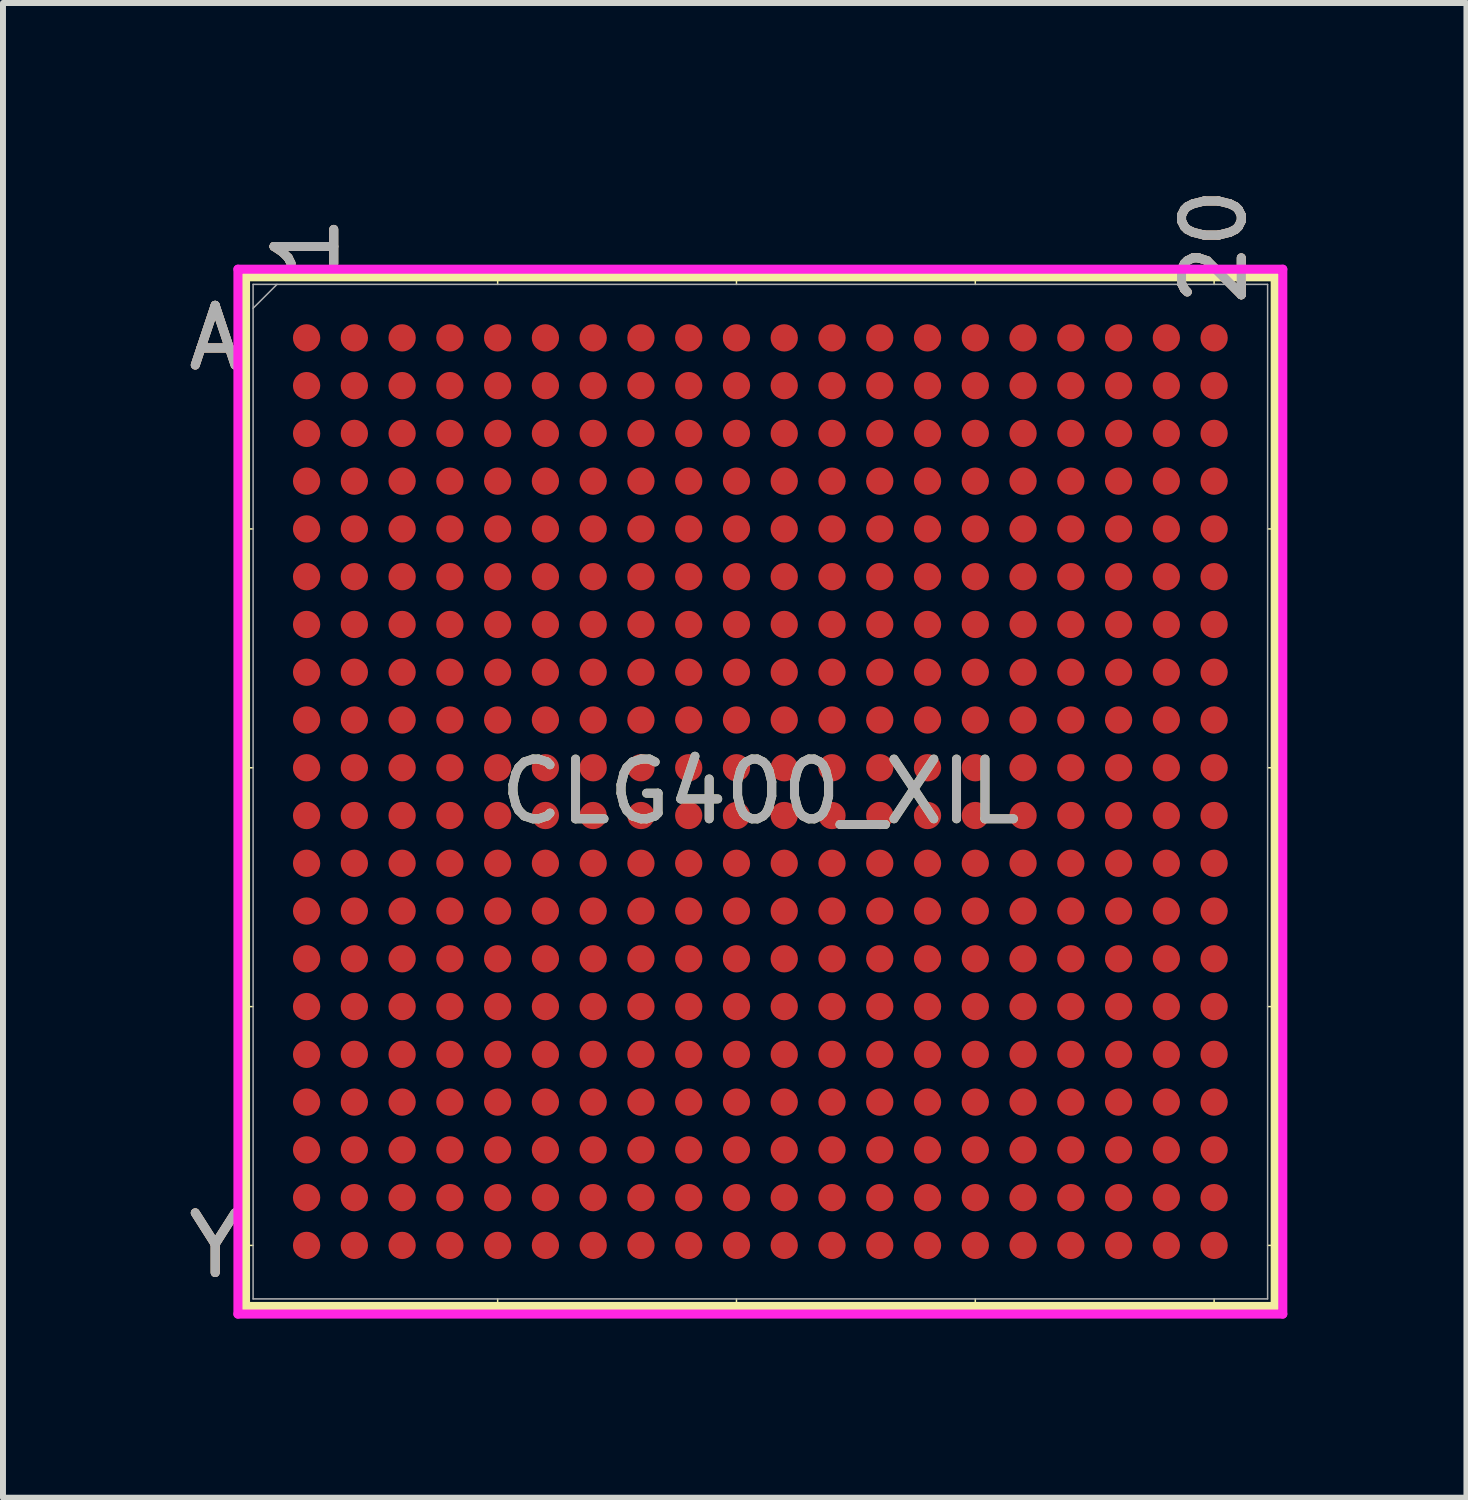
<source format=kicad_pcb>
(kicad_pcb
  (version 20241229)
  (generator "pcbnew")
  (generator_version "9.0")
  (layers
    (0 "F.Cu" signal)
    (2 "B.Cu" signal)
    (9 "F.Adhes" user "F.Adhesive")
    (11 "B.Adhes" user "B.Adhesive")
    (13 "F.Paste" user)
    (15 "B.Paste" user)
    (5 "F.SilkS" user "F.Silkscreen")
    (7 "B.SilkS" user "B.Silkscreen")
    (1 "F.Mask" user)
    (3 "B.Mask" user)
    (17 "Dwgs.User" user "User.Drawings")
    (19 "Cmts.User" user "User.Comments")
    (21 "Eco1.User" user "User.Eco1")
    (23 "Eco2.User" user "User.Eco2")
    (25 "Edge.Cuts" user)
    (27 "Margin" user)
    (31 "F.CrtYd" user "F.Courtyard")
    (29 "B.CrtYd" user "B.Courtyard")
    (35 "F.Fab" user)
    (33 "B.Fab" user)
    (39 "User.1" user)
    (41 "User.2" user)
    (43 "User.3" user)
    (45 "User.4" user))
  (footprint "CLG400_XIL"
    (layer "F.Cu")
    (at 9.685 10.209)
    (property "Reference" "CLG400_XIL" (at 0 0 0) (unlocked yes) (layer "F.SilkS") (effects (font (size 1 1) (thickness 0.15))))
    (attr smd)
    (fp_line (start -8.623 -8.623) (end -8.623 8.623) (stroke (width 0.152) (type solid)) (layer "F.SilkS"))
    (fp_line (start -8.623 8.623) (end 8.623 8.623) (stroke (width 0.152) (type solid)) (layer "F.SilkS"))
    (fp_line (start -8.496 -4.4) (end -8.75 -4.4) (stroke (width 0.025) (type solid)) (layer "F.SilkS"))
    (fp_line (start -8.496 -0.4) (end -8.75 -0.4) (stroke (width 0.025) (type solid)) (layer "F.SilkS"))
    (fp_line (start -8.496 3.6) (end -8.75 3.6) (stroke (width 0.025) (type solid)) (layer "F.SilkS"))
    (fp_line (start -8.496 7.6) (end -8.75 7.6) (stroke (width 0.025) (type solid)) (layer "F.SilkS"))
    (fp_line (start -4.4 -8.496) (end -4.4 -8.75) (stroke (width 0.025) (type solid)) (layer "F.SilkS"))
    (fp_line (start -4.4 8.496) (end -4.4 8.75) (stroke (width 0.025) (type solid)) (layer "F.SilkS"))
    (fp_line (start -0.4 -8.496) (end -0.4 -8.75) (stroke (width 0.025) (type solid)) (layer "F.SilkS"))
    (fp_line (start -0.4 8.496) (end -0.4 8.75) (stroke (width 0.025) (type solid)) (layer "F.SilkS"))
    (fp_line (start 3.6 -8.496) (end 3.6 -8.75) (stroke (width 0.025) (type solid)) (layer "F.SilkS"))
    (fp_line (start 3.6 8.496) (end 3.6 8.75) (stroke (width 0.025) (type solid)) (layer "F.SilkS"))
    (fp_line (start 7.6 -8.496) (end 7.6 -8.75) (stroke (width 0.025) (type solid)) (layer "F.SilkS"))
    (fp_line (start 7.6 8.496) (end 7.6 8.75) (stroke (width 0.025) (type solid)) (layer "F.SilkS"))
    (fp_line (start 8.496 -4.4) (end 8.75 -4.4) (stroke (width 0.025) (type solid)) (layer "F.SilkS"))
    (fp_line (start 8.496 -0.4) (end 8.75 -0.4) (stroke (width 0.025) (type solid)) (layer "F.SilkS"))
    (fp_line (start 8.496 3.6) (end 8.75 3.6) (stroke (width 0.025) (type solid)) (layer "F.SilkS"))
    (fp_line (start 8.496 7.6) (end 8.75 7.6) (stroke (width 0.025) (type solid)) (layer "F.SilkS"))
    (fp_line (start 8.623 -8.623) (end -8.623 -8.623) (stroke (width 0.152) (type solid)) (layer "F.SilkS"))
    (fp_line (start 8.623 8.623) (end 8.623 -8.623) (stroke (width 0.152) (type solid)) (layer "F.SilkS"))
    (fp_poly (pts (xy -8.444 -8.444) (xy 8.444 -8.444) (xy 8.444 8.444) (xy -8.444 8.444)) (stroke (width 0.1) (type solid)) (fill no) (layer "Eco2.User"))
    (fp_line (start -8.75 -8.75) (end 8.75 -8.75) (stroke (width 0.152) (type solid)) (layer "F.CrtYd"))
    (fp_line (start -8.75 8.75) (end -8.75 -8.75) (stroke (width 0.152) (type solid)) (layer "F.CrtYd"))
    (fp_line (start 8.75 -8.75) (end 8.75 8.75) (stroke (width 0.152) (type solid)) (layer "F.CrtYd"))
    (fp_line (start 8.75 8.75) (end -8.75 8.75) (stroke (width 0.152) (type solid)) (layer "F.CrtYd"))
    (fp_line (start -8.496 -8.496) (end -8.496 8.496) (stroke (width 0.025) (type solid)) (layer "F.Fab"))
    (fp_line (start -8.496 8.496) (end 8.496 8.496) (stroke (width 0.025) (type solid)) (layer "F.Fab"))
    (fp_line (start -8.096 -8.496) (end -8.496 -8.096) (stroke (width 0.025) (type solid)) (layer "F.Fab"))
    (fp_line (start 8.496 -8.496) (end -8.496 -8.496) (stroke (width 0.025) (type solid)) (layer "F.Fab"))
    (fp_line (start 8.496 8.496) (end 8.496 -8.496) (stroke (width 0.025) (type solid)) (layer "F.Fab"))
    (fp_text user "20" (at 7.6 -9.131 90) (unlocked yes) (layer "F.SilkS") (effects (font (size 1 1) (thickness 0.15))))
    (fp_text user "A" (at -9.131 -7.6 0) (unlocked yes) (layer "F.SilkS") (effects (font (size 1 1) (thickness 0.15))))
    (fp_text user "Y" (at -9.131 7.6 0) (unlocked yes) (layer "F.SilkS") (effects (font (size 1 1) (thickness 0.15))))
    (fp_text user "1" (at -7.6 -9.131 90) (unlocked yes) (layer "F.SilkS") (effects (font (size 1 1) (thickness 0.15))))
    (fp_text user "A" (at -9.131 -7.6 0) (unlocked yes) (layer "B.SilkS") (effects (font (size 1 1) (thickness 0.15))))
    (fp_text user "20" (at 7.6 -9.131 90) (unlocked yes) (layer "B.SilkS") (effects (font (size 1 1) (thickness 0.15))))
    (fp_text user "Y" (at -9.131 7.6 0) (unlocked yes) (layer "B.SilkS") (effects (font (size 1 1) (thickness 0.15))))
    (fp_text user "1" (at -7.6 -9.131 90) (unlocked yes) (layer "B.SilkS") (effects (font (size 1 1) (thickness 0.15))))
    (fp_text user "1" (at -7.6 -9.131 90) (unlocked yes) (layer "F.Fab") (effects (font (size 1 1) (thickness 0.15))))
    (fp_text user "A" (at -9.131 -7.6 0) (unlocked yes) (layer "F.Fab") (effects (font (size 1 1) (thickness 0.15))))
    (fp_text user "${REFERENCE}" (at 0 0 0) (unlocked yes) (layer "F.Fab") (effects (font (size 1 1) (thickness 0.15))))
    (fp_text user "20" (at 7.6 -9.131 90) (unlocked yes) (layer "F.Fab") (effects (font (size 1 1) (thickness 0.15))))
    (fp_text user "Y" (at -9.131 7.6 0) (unlocked yes) (layer "F.Fab") (effects (font (size 1 1) (thickness 0.15))))
    (pad "A1" smd circle (at -7.6 -7.6) (size 0.457 0.457) (layers "F.Cu" "F.Mask" "F.Paste"))
    (pad "A2" smd circle (at -6.8 -7.6) (size 0.457 0.457) (layers "F.Cu" "F.Mask" "F.Paste"))
    (pad "A3" smd circle (at -6 -7.6) (size 0.457 0.457) (layers "F.Cu" "F.Mask" "F.Paste"))
    (pad "A4" smd circle (at -5.2 -7.6) (size 0.457 0.457) (layers "F.Cu" "F.Mask" "F.Paste"))
    (pad "A5" smd circle (at -4.4 -7.6) (size 0.457 0.457) (layers "F.Cu" "F.Mask" "F.Paste"))
    (pad "A6" smd circle (at -3.6 -7.6) (size 0.457 0.457) (layers "F.Cu" "F.Mask" "F.Paste"))
    (pad "A7" smd circle (at -2.8 -7.6) (size 0.457 0.457) (layers "F.Cu" "F.Mask" "F.Paste"))
    (pad "A8" smd circle (at -2 -7.6) (size 0.457 0.457) (layers "F.Cu" "F.Mask" "F.Paste"))
    (pad "A9" smd circle (at -1.2 -7.6) (size 0.457 0.457) (layers "F.Cu" "F.Mask" "F.Paste"))
    (pad "A10" smd circle (at -0.4 -7.6) (size 0.457 0.457) (layers "F.Cu" "F.Mask" "F.Paste"))
    (pad "A11" smd circle (at 0.4 -7.6) (size 0.457 0.457) (layers "F.Cu" "F.Mask" "F.Paste"))
    (pad "A12" smd circle (at 1.2 -7.6) (size 0.457 0.457) (layers "F.Cu" "F.Mask" "F.Paste"))
    (pad "A13" smd circle (at 2 -7.6) (size 0.457 0.457) (layers "F.Cu" "F.Mask" "F.Paste"))
    (pad "A14" smd circle (at 2.8 -7.6) (size 0.457 0.457) (layers "F.Cu" "F.Mask" "F.Paste"))
    (pad "A15" smd circle (at 3.6 -7.6) (size 0.457 0.457) (layers "F.Cu" "F.Mask" "F.Paste"))
    (pad "A16" smd circle (at 4.4 -7.6) (size 0.457 0.457) (layers "F.Cu" "F.Mask" "F.Paste"))
    (pad "A17" smd circle (at 5.2 -7.6) (size 0.457 0.457) (layers "F.Cu" "F.Mask" "F.Paste"))
    (pad "A18" smd circle (at 6 -7.6) (size 0.457 0.457) (layers "F.Cu" "F.Mask" "F.Paste"))
    (pad "A19" smd circle (at 6.8 -7.6) (size 0.457 0.457) (layers "F.Cu" "F.Mask" "F.Paste"))
    (pad "A20" smd circle (at 7.6 -7.6) (size 0.457 0.457) (layers "F.Cu" "F.Mask" "F.Paste"))
    (pad "B1" smd circle (at -7.6 -6.8) (size 0.457 0.457) (layers "F.Cu" "F.Mask" "F.Paste"))
    (pad "B2" smd circle (at -6.8 -6.8) (size 0.457 0.457) (layers "F.Cu" "F.Mask" "F.Paste"))
    (pad "B3" smd circle (at -6 -6.8) (size 0.457 0.457) (layers "F.Cu" "F.Mask" "F.Paste"))
    (pad "B4" smd circle (at -5.2 -6.8) (size 0.457 0.457) (layers "F.Cu" "F.Mask" "F.Paste"))
    (pad "B5" smd circle (at -4.4 -6.8) (size 0.457 0.457) (layers "F.Cu" "F.Mask" "F.Paste"))
    (pad "B6" smd circle (at -3.6 -6.8) (size 0.457 0.457) (layers "F.Cu" "F.Mask" "F.Paste"))
    (pad "B7" smd circle (at -2.8 -6.8) (size 0.457 0.457) (layers "F.Cu" "F.Mask" "F.Paste"))
    (pad "B8" smd circle (at -2 -6.8) (size 0.457 0.457) (layers "F.Cu" "F.Mask" "F.Paste"))
    (pad "B9" smd circle (at -1.2 -6.8) (size 0.457 0.457) (layers "F.Cu" "F.Mask" "F.Paste"))
    (pad "B10" smd circle (at -0.4 -6.8) (size 0.457 0.457) (layers "F.Cu" "F.Mask" "F.Paste"))
    (pad "B11" smd circle (at 0.4 -6.8) (size 0.457 0.457) (layers "F.Cu" "F.Mask" "F.Paste"))
    (pad "B12" smd circle (at 1.2 -6.8) (size 0.457 0.457) (layers "F.Cu" "F.Mask" "F.Paste"))
    (pad "B13" smd circle (at 2 -6.8) (size 0.457 0.457) (layers "F.Cu" "F.Mask" "F.Paste"))
    (pad "B14" smd circle (at 2.8 -6.8) (size 0.457 0.457) (layers "F.Cu" "F.Mask" "F.Paste"))
    (pad "B15" smd circle (at 3.6 -6.8) (size 0.457 0.457) (layers "F.Cu" "F.Mask" "F.Paste"))
    (pad "B16" smd circle (at 4.4 -6.8) (size 0.457 0.457) (layers "F.Cu" "F.Mask" "F.Paste"))
    (pad "B17" smd circle (at 5.2 -6.8) (size 0.457 0.457) (layers "F.Cu" "F.Mask" "F.Paste"))
    (pad "B18" smd circle (at 6 -6.8) (size 0.457 0.457) (layers "F.Cu" "F.Mask" "F.Paste"))
    (pad "B19" smd circle (at 6.8 -6.8) (size 0.457 0.457) (layers "F.Cu" "F.Mask" "F.Paste"))
    (pad "B20" smd circle (at 7.6 -6.8) (size 0.457 0.457) (layers "F.Cu" "F.Mask" "F.Paste"))
    (pad "C1" smd circle (at -7.6 -6) (size 0.457 0.457) (layers "F.Cu" "F.Mask" "F.Paste"))
    (pad "C2" smd circle (at -6.8 -6) (size 0.457 0.457) (layers "F.Cu" "F.Mask" "F.Paste"))
    (pad "C3" smd circle (at -6 -6) (size 0.457 0.457) (layers "F.Cu" "F.Mask" "F.Paste"))
    (pad "C4" smd circle (at -5.2 -6) (size 0.457 0.457) (layers "F.Cu" "F.Mask" "F.Paste"))
    (pad "C5" smd circle (at -4.4 -6) (size 0.457 0.457) (layers "F.Cu" "F.Mask" "F.Paste"))
    (pad "C6" smd circle (at -3.6 -6) (size 0.457 0.457) (layers "F.Cu" "F.Mask" "F.Paste"))
    (pad "C7" smd circle (at -2.8 -6) (size 0.457 0.457) (layers "F.Cu" "F.Mask" "F.Paste"))
    (pad "C8" smd circle (at -2 -6) (size 0.457 0.457) (layers "F.Cu" "F.Mask" "F.Paste"))
    (pad "C9" smd circle (at -1.2 -6) (size 0.457 0.457) (layers "F.Cu" "F.Mask" "F.Paste"))
    (pad "C10" smd circle (at -0.4 -6) (size 0.457 0.457) (layers "F.Cu" "F.Mask" "F.Paste"))
    (pad "C11" smd circle (at 0.4 -6) (size 0.457 0.457) (layers "F.Cu" "F.Mask" "F.Paste"))
    (pad "C12" smd circle (at 1.2 -6) (size 0.457 0.457) (layers "F.Cu" "F.Mask" "F.Paste"))
    (pad "C13" smd circle (at 2 -6) (size 0.457 0.457) (layers "F.Cu" "F.Mask" "F.Paste"))
    (pad "C14" smd circle (at 2.8 -6) (size 0.457 0.457) (layers "F.Cu" "F.Mask" "F.Paste"))
    (pad "C15" smd circle (at 3.6 -6) (size 0.457 0.457) (layers "F.Cu" "F.Mask" "F.Paste"))
    (pad "C16" smd circle (at 4.4 -6) (size 0.457 0.457) (layers "F.Cu" "F.Mask" "F.Paste"))
    (pad "C17" smd circle (at 5.2 -6) (size 0.457 0.457) (layers "F.Cu" "F.Mask" "F.Paste"))
    (pad "C18" smd circle (at 6 -6) (size 0.457 0.457) (layers "F.Cu" "F.Mask" "F.Paste"))
    (pad "C19" smd circle (at 6.8 -6) (size 0.457 0.457) (layers "F.Cu" "F.Mask" "F.Paste"))
    (pad "C20" smd circle (at 7.6 -6) (size 0.457 0.457) (layers "F.Cu" "F.Mask" "F.Paste"))
    (pad "D1" smd circle (at -7.6 -5.2) (size 0.457 0.457) (layers "F.Cu" "F.Mask" "F.Paste"))
    (pad "D2" smd circle (at -6.8 -5.2) (size 0.457 0.457) (layers "F.Cu" "F.Mask" "F.Paste"))
    (pad "D3" smd circle (at -6 -5.2) (size 0.457 0.457) (layers "F.Cu" "F.Mask" "F.Paste"))
    (pad "D4" smd circle (at -5.2 -5.2) (size 0.457 0.457) (layers "F.Cu" "F.Mask" "F.Paste"))
    (pad "D5" smd circle (at -4.4 -5.2) (size 0.457 0.457) (layers "F.Cu" "F.Mask" "F.Paste"))
    (pad "D6" smd circle (at -3.6 -5.2) (size 0.457 0.457) (layers "F.Cu" "F.Mask" "F.Paste"))
    (pad "D7" smd circle (at -2.8 -5.2) (size 0.457 0.457) (layers "F.Cu" "F.Mask" "F.Paste"))
    (pad "D8" smd circle (at -2 -5.2) (size 0.457 0.457) (layers "F.Cu" "F.Mask" "F.Paste"))
    (pad "D9" smd circle (at -1.2 -5.2) (size 0.457 0.457) (layers "F.Cu" "F.Mask" "F.Paste"))
    (pad "D10" smd circle (at -0.4 -5.2) (size 0.457 0.457) (layers "F.Cu" "F.Mask" "F.Paste"))
    (pad "D11" smd circle (at 0.4 -5.2) (size 0.457 0.457) (layers "F.Cu" "F.Mask" "F.Paste"))
    (pad "D12" smd circle (at 1.2 -5.2) (size 0.457 0.457) (layers "F.Cu" "F.Mask" "F.Paste"))
    (pad "D13" smd circle (at 2 -5.2) (size 0.457 0.457) (layers "F.Cu" "F.Mask" "F.Paste"))
    (pad "D14" smd circle (at 2.8 -5.2) (size 0.457 0.457) (layers "F.Cu" "F.Mask" "F.Paste"))
    (pad "D15" smd circle (at 3.6 -5.2) (size 0.457 0.457) (layers "F.Cu" "F.Mask" "F.Paste"))
    (pad "D16" smd circle (at 4.4 -5.2) (size 0.457 0.457) (layers "F.Cu" "F.Mask" "F.Paste"))
    (pad "D17" smd circle (at 5.2 -5.2) (size 0.457 0.457) (layers "F.Cu" "F.Mask" "F.Paste"))
    (pad "D18" smd circle (at 6 -5.2) (size 0.457 0.457) (layers "F.Cu" "F.Mask" "F.Paste"))
    (pad "D19" smd circle (at 6.8 -5.2) (size 0.457 0.457) (layers "F.Cu" "F.Mask" "F.Paste"))
    (pad "D20" smd circle (at 7.6 -5.2) (size 0.457 0.457) (layers "F.Cu" "F.Mask" "F.Paste"))
    (pad "E1" smd circle (at -7.6 -4.4) (size 0.457 0.457) (layers "F.Cu" "F.Mask" "F.Paste"))
    (pad "E2" smd circle (at -6.8 -4.4) (size 0.457 0.457) (layers "F.Cu" "F.Mask" "F.Paste"))
    (pad "E3" smd circle (at -6 -4.4) (size 0.457 0.457) (layers "F.Cu" "F.Mask" "F.Paste"))
    (pad "E4" smd circle (at -5.2 -4.4) (size 0.457 0.457) (layers "F.Cu" "F.Mask" "F.Paste"))
    (pad "E5" smd circle (at -4.4 -4.4) (size 0.457 0.457) (layers "F.Cu" "F.Mask" "F.Paste"))
    (pad "E6" smd circle (at -3.6 -4.4) (size 0.457 0.457) (layers "F.Cu" "F.Mask" "F.Paste"))
    (pad "E7" smd circle (at -2.8 -4.4) (size 0.457 0.457) (layers "F.Cu" "F.Mask" "F.Paste"))
    (pad "E8" smd circle (at -2 -4.4) (size 0.457 0.457) (layers "F.Cu" "F.Mask" "F.Paste"))
    (pad "E9" smd circle (at -1.2 -4.4) (size 0.457 0.457) (layers "F.Cu" "F.Mask" "F.Paste"))
    (pad "E10" smd circle (at -0.4 -4.4) (size 0.457 0.457) (layers "F.Cu" "F.Mask" "F.Paste"))
    (pad "E11" smd circle (at 0.4 -4.4) (size 0.457 0.457) (layers "F.Cu" "F.Mask" "F.Paste"))
    (pad "E12" smd circle (at 1.2 -4.4) (size 0.457 0.457) (layers "F.Cu" "F.Mask" "F.Paste"))
    (pad "E13" smd circle (at 2 -4.4) (size 0.457 0.457) (layers "F.Cu" "F.Mask" "F.Paste"))
    (pad "E14" smd circle (at 2.8 -4.4) (size 0.457 0.457) (layers "F.Cu" "F.Mask" "F.Paste"))
    (pad "E15" smd circle (at 3.6 -4.4) (size 0.457 0.457) (layers "F.Cu" "F.Mask" "F.Paste"))
    (pad "E16" smd circle (at 4.4 -4.4) (size 0.457 0.457) (layers "F.Cu" "F.Mask" "F.Paste"))
    (pad "E17" smd circle (at 5.2 -4.4) (size 0.457 0.457) (layers "F.Cu" "F.Mask" "F.Paste"))
    (pad "E18" smd circle (at 6 -4.4) (size 0.457 0.457) (layers "F.Cu" "F.Mask" "F.Paste"))
    (pad "E19" smd circle (at 6.8 -4.4) (size 0.457 0.457) (layers "F.Cu" "F.Mask" "F.Paste"))
    (pad "E20" smd circle (at 7.6 -4.4) (size 0.457 0.457) (layers "F.Cu" "F.Mask" "F.Paste"))
    (pad "F1" smd circle (at -7.6 -3.6) (size 0.457 0.457) (layers "F.Cu" "F.Mask" "F.Paste"))
    (pad "F2" smd circle (at -6.8 -3.6) (size 0.457 0.457) (layers "F.Cu" "F.Mask" "F.Paste"))
    (pad "F3" smd circle (at -6 -3.6) (size 0.457 0.457) (layers "F.Cu" "F.Mask" "F.Paste"))
    (pad "F4" smd circle (at -5.2 -3.6) (size 0.457 0.457) (layers "F.Cu" "F.Mask" "F.Paste"))
    (pad "F5" smd circle (at -4.4 -3.6) (size 0.457 0.457) (layers "F.Cu" "F.Mask" "F.Paste"))
    (pad "F6" smd circle (at -3.6 -3.6) (size 0.457 0.457) (layers "F.Cu" "F.Mask" "F.Paste"))
    (pad "F7" smd circle (at -2.8 -3.6) (size 0.457 0.457) (layers "F.Cu" "F.Mask" "F.Paste"))
    (pad "F8" smd circle (at -2 -3.6) (size 0.457 0.457) (layers "F.Cu" "F.Mask" "F.Paste"))
    (pad "F9" smd circle (at -1.2 -3.6) (size 0.457 0.457) (layers "F.Cu" "F.Mask" "F.Paste"))
    (pad "F10" smd circle (at -0.4 -3.6) (size 0.457 0.457) (layers "F.Cu" "F.Mask" "F.Paste"))
    (pad "F11" smd circle (at 0.4 -3.6) (size 0.457 0.457) (layers "F.Cu" "F.Mask" "F.Paste"))
    (pad "F12" smd circle (at 1.2 -3.6) (size 0.457 0.457) (layers "F.Cu" "F.Mask" "F.Paste"))
    (pad "F13" smd circle (at 2 -3.6) (size 0.457 0.457) (layers "F.Cu" "F.Mask" "F.Paste"))
    (pad "F14" smd circle (at 2.8 -3.6) (size 0.457 0.457) (layers "F.Cu" "F.Mask" "F.Paste"))
    (pad "F15" smd circle (at 3.6 -3.6) (size 0.457 0.457) (layers "F.Cu" "F.Mask" "F.Paste"))
    (pad "F16" smd circle (at 4.4 -3.6) (size 0.457 0.457) (layers "F.Cu" "F.Mask" "F.Paste"))
    (pad "F17" smd circle (at 5.2 -3.6) (size 0.457 0.457) (layers "F.Cu" "F.Mask" "F.Paste"))
    (pad "F18" smd circle (at 6 -3.6) (size 0.457 0.457) (layers "F.Cu" "F.Mask" "F.Paste"))
    (pad "F19" smd circle (at 6.8 -3.6) (size 0.457 0.457) (layers "F.Cu" "F.Mask" "F.Paste"))
    (pad "F20" smd circle (at 7.6 -3.6) (size 0.457 0.457) (layers "F.Cu" "F.Mask" "F.Paste"))
    (pad "G1" smd circle (at -7.6 -2.8) (size 0.457 0.457) (layers "F.Cu" "F.Mask" "F.Paste"))
    (pad "G2" smd circle (at -6.8 -2.8) (size 0.457 0.457) (layers "F.Cu" "F.Mask" "F.Paste"))
    (pad "G3" smd circle (at -6 -2.8) (size 0.457 0.457) (layers "F.Cu" "F.Mask" "F.Paste"))
    (pad "G4" smd circle (at -5.2 -2.8) (size 0.457 0.457) (layers "F.Cu" "F.Mask" "F.Paste"))
    (pad "G5" smd circle (at -4.4 -2.8) (size 0.457 0.457) (layers "F.Cu" "F.Mask" "F.Paste"))
    (pad "G6" smd circle (at -3.6 -2.8) (size 0.457 0.457) (layers "F.Cu" "F.Mask" "F.Paste"))
    (pad "G7" smd circle (at -2.8 -2.8) (size 0.457 0.457) (layers "F.Cu" "F.Mask" "F.Paste"))
    (pad "G8" smd circle (at -2 -2.8) (size 0.457 0.457) (layers "F.Cu" "F.Mask" "F.Paste"))
    (pad "G9" smd circle (at -1.2 -2.8) (size 0.457 0.457) (layers "F.Cu" "F.Mask" "F.Paste"))
    (pad "G10" smd circle (at -0.4 -2.8) (size 0.457 0.457) (layers "F.Cu" "F.Mask" "F.Paste"))
    (pad "G11" smd circle (at 0.4 -2.8) (size 0.457 0.457) (layers "F.Cu" "F.Mask" "F.Paste"))
    (pad "G12" smd circle (at 1.2 -2.8) (size 0.457 0.457) (layers "F.Cu" "F.Mask" "F.Paste"))
    (pad "G13" smd circle (at 2 -2.8) (size 0.457 0.457) (layers "F.Cu" "F.Mask" "F.Paste"))
    (pad "G14" smd circle (at 2.8 -2.8) (size 0.457 0.457) (layers "F.Cu" "F.Mask" "F.Paste"))
    (pad "G15" smd circle (at 3.6 -2.8) (size 0.457 0.457) (layers "F.Cu" "F.Mask" "F.Paste"))
    (pad "G16" smd circle (at 4.4 -2.8) (size 0.457 0.457) (layers "F.Cu" "F.Mask" "F.Paste"))
    (pad "G17" smd circle (at 5.2 -2.8) (size 0.457 0.457) (layers "F.Cu" "F.Mask" "F.Paste"))
    (pad "G18" smd circle (at 6 -2.8) (size 0.457 0.457) (layers "F.Cu" "F.Mask" "F.Paste"))
    (pad "G19" smd circle (at 6.8 -2.8) (size 0.457 0.457) (layers "F.Cu" "F.Mask" "F.Paste"))
    (pad "G20" smd circle (at 7.6 -2.8) (size 0.457 0.457) (layers "F.Cu" "F.Mask" "F.Paste"))
    (pad "H1" smd circle (at -7.6 -2) (size 0.457 0.457) (layers "F.Cu" "F.Mask" "F.Paste"))
    (pad "H2" smd circle (at -6.8 -2) (size 0.457 0.457) (layers "F.Cu" "F.Mask" "F.Paste"))
    (pad "H3" smd circle (at -6 -2) (size 0.457 0.457) (layers "F.Cu" "F.Mask" "F.Paste"))
    (pad "H4" smd circle (at -5.2 -2) (size 0.457 0.457) (layers "F.Cu" "F.Mask" "F.Paste"))
    (pad "H5" smd circle (at -4.4 -2) (size 0.457 0.457) (layers "F.Cu" "F.Mask" "F.Paste"))
    (pad "H6" smd circle (at -3.6 -2) (size 0.457 0.457) (layers "F.Cu" "F.Mask" "F.Paste"))
    (pad "H7" smd circle (at -2.8 -2) (size 0.457 0.457) (layers "F.Cu" "F.Mask" "F.Paste"))
    (pad "H8" smd circle (at -2 -2) (size 0.457 0.457) (layers "F.Cu" "F.Mask" "F.Paste"))
    (pad "H9" smd circle (at -1.2 -2) (size 0.457 0.457) (layers "F.Cu" "F.Mask" "F.Paste"))
    (pad "H10" smd circle (at -0.4 -2) (size 0.457 0.457) (layers "F.Cu" "F.Mask" "F.Paste"))
    (pad "H11" smd circle (at 0.4 -2) (size 0.457 0.457) (layers "F.Cu" "F.Mask" "F.Paste"))
    (pad "H12" smd circle (at 1.2 -2) (size 0.457 0.457) (layers "F.Cu" "F.Mask" "F.Paste"))
    (pad "H13" smd circle (at 2 -2) (size 0.457 0.457) (layers "F.Cu" "F.Mask" "F.Paste"))
    (pad "H14" smd circle (at 2.8 -2) (size 0.457 0.457) (layers "F.Cu" "F.Mask" "F.Paste"))
    (pad "H15" smd circle (at 3.6 -2) (size 0.457 0.457) (layers "F.Cu" "F.Mask" "F.Paste"))
    (pad "H16" smd circle (at 4.4 -2) (size 0.457 0.457) (layers "F.Cu" "F.Mask" "F.Paste"))
    (pad "H17" smd circle (at 5.2 -2) (size 0.457 0.457) (layers "F.Cu" "F.Mask" "F.Paste"))
    (pad "H18" smd circle (at 6 -2) (size 0.457 0.457) (layers "F.Cu" "F.Mask" "F.Paste"))
    (pad "H19" smd circle (at 6.8 -2) (size 0.457 0.457) (layers "F.Cu" "F.Mask" "F.Paste"))
    (pad "H20" smd circle (at 7.6 -2) (size 0.457 0.457) (layers "F.Cu" "F.Mask" "F.Paste"))
    (pad "J1" smd circle (at -7.6 -1.2) (size 0.457 0.457) (layers "F.Cu" "F.Mask" "F.Paste"))
    (pad "J2" smd circle (at -6.8 -1.2) (size 0.457 0.457) (layers "F.Cu" "F.Mask" "F.Paste"))
    (pad "J3" smd circle (at -6 -1.2) (size 0.457 0.457) (layers "F.Cu" "F.Mask" "F.Paste"))
    (pad "J4" smd circle (at -5.2 -1.2) (size 0.457 0.457) (layers "F.Cu" "F.Mask" "F.Paste"))
    (pad "J5" smd circle (at -4.4 -1.2) (size 0.457 0.457) (layers "F.Cu" "F.Mask" "F.Paste"))
    (pad "J6" smd circle (at -3.6 -1.2) (size 0.457 0.457) (layers "F.Cu" "F.Mask" "F.Paste"))
    (pad "J7" smd circle (at -2.8 -1.2) (size 0.457 0.457) (layers "F.Cu" "F.Mask" "F.Paste"))
    (pad "J8" smd circle (at -2 -1.2) (size 0.457 0.457) (layers "F.Cu" "F.Mask" "F.Paste"))
    (pad "J9" smd circle (at -1.2 -1.2) (size 0.457 0.457) (layers "F.Cu" "F.Mask" "F.Paste"))
    (pad "J10" smd circle (at -0.4 -1.2) (size 0.457 0.457) (layers "F.Cu" "F.Mask" "F.Paste"))
    (pad "J11" smd circle (at 0.4 -1.2) (size 0.457 0.457) (layers "F.Cu" "F.Mask" "F.Paste"))
    (pad "J12" smd circle (at 1.2 -1.2) (size 0.457 0.457) (layers "F.Cu" "F.Mask" "F.Paste"))
    (pad "J13" smd circle (at 2 -1.2) (size 0.457 0.457) (layers "F.Cu" "F.Mask" "F.Paste"))
    (pad "J14" smd circle (at 2.8 -1.2) (size 0.457 0.457) (layers "F.Cu" "F.Mask" "F.Paste"))
    (pad "J15" smd circle (at 3.6 -1.2) (size 0.457 0.457) (layers "F.Cu" "F.Mask" "F.Paste"))
    (pad "J16" smd circle (at 4.4 -1.2) (size 0.457 0.457) (layers "F.Cu" "F.Mask" "F.Paste"))
    (pad "J17" smd circle (at 5.2 -1.2) (size 0.457 0.457) (layers "F.Cu" "F.Mask" "F.Paste"))
    (pad "J18" smd circle (at 6 -1.2) (size 0.457 0.457) (layers "F.Cu" "F.Mask" "F.Paste"))
    (pad "J19" smd circle (at 6.8 -1.2) (size 0.457 0.457) (layers "F.Cu" "F.Mask" "F.Paste"))
    (pad "J20" smd circle (at 7.6 -1.2) (size 0.457 0.457) (layers "F.Cu" "F.Mask" "F.Paste"))
    (pad "K1" smd circle (at -7.6 -0.4) (size 0.457 0.457) (layers "F.Cu" "F.Mask" "F.Paste"))
    (pad "K2" smd circle (at -6.8 -0.4) (size 0.457 0.457) (layers "F.Cu" "F.Mask" "F.Paste"))
    (pad "K3" smd circle (at -6 -0.4) (size 0.457 0.457) (layers "F.Cu" "F.Mask" "F.Paste"))
    (pad "K4" smd circle (at -5.2 -0.4) (size 0.457 0.457) (layers "F.Cu" "F.Mask" "F.Paste"))
    (pad "K5" smd circle (at -4.4 -0.4) (size 0.457 0.457) (layers "F.Cu" "F.Mask" "F.Paste"))
    (pad "K6" smd circle (at -3.6 -0.4) (size 0.457 0.457) (layers "F.Cu" "F.Mask" "F.Paste"))
    (pad "K7" smd circle (at -2.8 -0.4) (size 0.457 0.457) (layers "F.Cu" "F.Mask" "F.Paste"))
    (pad "K8" smd circle (at -2 -0.4) (size 0.457 0.457) (layers "F.Cu" "F.Mask" "F.Paste"))
    (pad "K9" smd circle (at -1.2 -0.4) (size 0.457 0.457) (layers "F.Cu" "F.Mask" "F.Paste"))
    (pad "K10" smd circle (at -0.4 -0.4) (size 0.457 0.457) (layers "F.Cu" "F.Mask" "F.Paste"))
    (pad "K11" smd circle (at 0.4 -0.4) (size 0.457 0.457) (layers "F.Cu" "F.Mask" "F.Paste"))
    (pad "K12" smd circle (at 1.2 -0.4) (size 0.457 0.457) (layers "F.Cu" "F.Mask" "F.Paste"))
    (pad "K13" smd circle (at 2 -0.4) (size 0.457 0.457) (layers "F.Cu" "F.Mask" "F.Paste"))
    (pad "K14" smd circle (at 2.8 -0.4) (size 0.457 0.457) (layers "F.Cu" "F.Mask" "F.Paste"))
    (pad "K15" smd circle (at 3.6 -0.4) (size 0.457 0.457) (layers "F.Cu" "F.Mask" "F.Paste"))
    (pad "K16" smd circle (at 4.4 -0.4) (size 0.457 0.457) (layers "F.Cu" "F.Mask" "F.Paste"))
    (pad "K17" smd circle (at 5.2 -0.4) (size 0.457 0.457) (layers "F.Cu" "F.Mask" "F.Paste"))
    (pad "K18" smd circle (at 6 -0.4) (size 0.457 0.457) (layers "F.Cu" "F.Mask" "F.Paste"))
    (pad "K19" smd circle (at 6.8 -0.4) (size 0.457 0.457) (layers "F.Cu" "F.Mask" "F.Paste"))
    (pad "K20" smd circle (at 7.6 -0.4) (size 0.457 0.457) (layers "F.Cu" "F.Mask" "F.Paste"))
    (pad "L1" smd circle (at -7.6 0.4) (size 0.457 0.457) (layers "F.Cu" "F.Mask" "F.Paste"))
    (pad "L2" smd circle (at -6.8 0.4) (size 0.457 0.457) (layers "F.Cu" "F.Mask" "F.Paste"))
    (pad "L3" smd circle (at -6 0.4) (size 0.457 0.457) (layers "F.Cu" "F.Mask" "F.Paste"))
    (pad "L4" smd circle (at -5.2 0.4) (size 0.457 0.457) (layers "F.Cu" "F.Mask" "F.Paste"))
    (pad "L5" smd circle (at -4.4 0.4) (size 0.457 0.457) (layers "F.Cu" "F.Mask" "F.Paste"))
    (pad "L6" smd circle (at -3.6 0.4) (size 0.457 0.457) (layers "F.Cu" "F.Mask" "F.Paste"))
    (pad "L7" smd circle (at -2.8 0.4) (size 0.457 0.457) (layers "F.Cu" "F.Mask" "F.Paste"))
    (pad "L8" smd circle (at -2 0.4) (size 0.457 0.457) (layers "F.Cu" "F.Mask" "F.Paste"))
    (pad "L9" smd circle (at -1.2 0.4) (size 0.457 0.457) (layers "F.Cu" "F.Mask" "F.Paste"))
    (pad "L10" smd circle (at -0.4 0.4) (size 0.457 0.457) (layers "F.Cu" "F.Mask" "F.Paste"))
    (pad "L11" smd circle (at 0.4 0.4) (size 0.457 0.457) (layers "F.Cu" "F.Mask" "F.Paste"))
    (pad "L12" smd circle (at 1.2 0.4) (size 0.457 0.457) (layers "F.Cu" "F.Mask" "F.Paste"))
    (pad "L13" smd circle (at 2 0.4) (size 0.457 0.457) (layers "F.Cu" "F.Mask" "F.Paste"))
    (pad "L14" smd circle (at 2.8 0.4) (size 0.457 0.457) (layers "F.Cu" "F.Mask" "F.Paste"))
    (pad "L15" smd circle (at 3.6 0.4) (size 0.457 0.457) (layers "F.Cu" "F.Mask" "F.Paste"))
    (pad "L16" smd circle (at 4.4 0.4) (size 0.457 0.457) (layers "F.Cu" "F.Mask" "F.Paste"))
    (pad "L17" smd circle (at 5.2 0.4) (size 0.457 0.457) (layers "F.Cu" "F.Mask" "F.Paste"))
    (pad "L18" smd circle (at 6 0.4) (size 0.457 0.457) (layers "F.Cu" "F.Mask" "F.Paste"))
    (pad "L19" smd circle (at 6.8 0.4) (size 0.457 0.457) (layers "F.Cu" "F.Mask" "F.Paste"))
    (pad "L20" smd circle (at 7.6 0.4) (size 0.457 0.457) (layers "F.Cu" "F.Mask" "F.Paste"))
    (pad "M1" smd circle (at -7.6 1.2) (size 0.457 0.457) (layers "F.Cu" "F.Mask" "F.Paste"))
    (pad "M2" smd circle (at -6.8 1.2) (size 0.457 0.457) (layers "F.Cu" "F.Mask" "F.Paste"))
    (pad "M3" smd circle (at -6 1.2) (size 0.457 0.457) (layers "F.Cu" "F.Mask" "F.Paste"))
    (pad "M4" smd circle (at -5.2 1.2) (size 0.457 0.457) (layers "F.Cu" "F.Mask" "F.Paste"))
    (pad "M5" smd circle (at -4.4 1.2) (size 0.457 0.457) (layers "F.Cu" "F.Mask" "F.Paste"))
    (pad "M6" smd circle (at -3.6 1.2) (size 0.457 0.457) (layers "F.Cu" "F.Mask" "F.Paste"))
    (pad "M7" smd circle (at -2.8 1.2) (size 0.457 0.457) (layers "F.Cu" "F.Mask" "F.Paste"))
    (pad "M8" smd circle (at -2 1.2) (size 0.457 0.457) (layers "F.Cu" "F.Mask" "F.Paste"))
    (pad "M9" smd circle (at -1.2 1.2) (size 0.457 0.457) (layers "F.Cu" "F.Mask" "F.Paste"))
    (pad "M10" smd circle (at -0.4 1.2) (size 0.457 0.457) (layers "F.Cu" "F.Mask" "F.Paste"))
    (pad "M11" smd circle (at 0.4 1.2) (size 0.457 0.457) (layers "F.Cu" "F.Mask" "F.Paste"))
    (pad "M12" smd circle (at 1.2 1.2) (size 0.457 0.457) (layers "F.Cu" "F.Mask" "F.Paste"))
    (pad "M13" smd circle (at 2 1.2) (size 0.457 0.457) (layers "F.Cu" "F.Mask" "F.Paste"))
    (pad "M14" smd circle (at 2.8 1.2) (size 0.457 0.457) (layers "F.Cu" "F.Mask" "F.Paste"))
    (pad "M15" smd circle (at 3.6 1.2) (size 0.457 0.457) (layers "F.Cu" "F.Mask" "F.Paste"))
    (pad "M16" smd circle (at 4.4 1.2) (size 0.457 0.457) (layers "F.Cu" "F.Mask" "F.Paste"))
    (pad "M17" smd circle (at 5.2 1.2) (size 0.457 0.457) (layers "F.Cu" "F.Mask" "F.Paste"))
    (pad "M18" smd circle (at 6 1.2) (size 0.457 0.457) (layers "F.Cu" "F.Mask" "F.Paste"))
    (pad "M19" smd circle (at 6.8 1.2) (size 0.457 0.457) (layers "F.Cu" "F.Mask" "F.Paste"))
    (pad "M20" smd circle (at 7.6 1.2) (size 0.457 0.457) (layers "F.Cu" "F.Mask" "F.Paste"))
    (pad "N1" smd circle (at -7.6 2) (size 0.457 0.457) (layers "F.Cu" "F.Mask" "F.Paste"))
    (pad "N2" smd circle (at -6.8 2) (size 0.457 0.457) (layers "F.Cu" "F.Mask" "F.Paste"))
    (pad "N3" smd circle (at -6 2) (size 0.457 0.457) (layers "F.Cu" "F.Mask" "F.Paste"))
    (pad "N4" smd circle (at -5.2 2) (size 0.457 0.457) (layers "F.Cu" "F.Mask" "F.Paste"))
    (pad "N5" smd circle (at -4.4 2) (size 0.457 0.457) (layers "F.Cu" "F.Mask" "F.Paste"))
    (pad "N6" smd circle (at -3.6 2) (size 0.457 0.457) (layers "F.Cu" "F.Mask" "F.Paste"))
    (pad "N7" smd circle (at -2.8 2) (size 0.457 0.457) (layers "F.Cu" "F.Mask" "F.Paste"))
    (pad "N8" smd circle (at -2 2) (size 0.457 0.457) (layers "F.Cu" "F.Mask" "F.Paste"))
    (pad "N9" smd circle (at -1.2 2) (size 0.457 0.457) (layers "F.Cu" "F.Mask" "F.Paste"))
    (pad "N10" smd circle (at -0.4 2) (size 0.457 0.457) (layers "F.Cu" "F.Mask" "F.Paste"))
    (pad "N11" smd circle (at 0.4 2) (size 0.457 0.457) (layers "F.Cu" "F.Mask" "F.Paste"))
    (pad "N12" smd circle (at 1.2 2) (size 0.457 0.457) (layers "F.Cu" "F.Mask" "F.Paste"))
    (pad "N13" smd circle (at 2 2) (size 0.457 0.457) (layers "F.Cu" "F.Mask" "F.Paste"))
    (pad "N14" smd circle (at 2.8 2) (size 0.457 0.457) (layers "F.Cu" "F.Mask" "F.Paste"))
    (pad "N15" smd circle (at 3.6 2) (size 0.457 0.457) (layers "F.Cu" "F.Mask" "F.Paste"))
    (pad "N16" smd circle (at 4.4 2) (size 0.457 0.457) (layers "F.Cu" "F.Mask" "F.Paste"))
    (pad "N17" smd circle (at 5.2 2) (size 0.457 0.457) (layers "F.Cu" "F.Mask" "F.Paste"))
    (pad "N18" smd circle (at 6 2) (size 0.457 0.457) (layers "F.Cu" "F.Mask" "F.Paste"))
    (pad "N19" smd circle (at 6.8 2) (size 0.457 0.457) (layers "F.Cu" "F.Mask" "F.Paste"))
    (pad "N20" smd circle (at 7.6 2) (size 0.457 0.457) (layers "F.Cu" "F.Mask" "F.Paste"))
    (pad "P1" smd circle (at -7.6 2.8) (size 0.457 0.457) (layers "F.Cu" "F.Mask" "F.Paste"))
    (pad "P2" smd circle (at -6.8 2.8) (size 0.457 0.457) (layers "F.Cu" "F.Mask" "F.Paste"))
    (pad "P3" smd circle (at -6 2.8) (size 0.457 0.457) (layers "F.Cu" "F.Mask" "F.Paste"))
    (pad "P4" smd circle (at -5.2 2.8) (size 0.457 0.457) (layers "F.Cu" "F.Mask" "F.Paste"))
    (pad "P5" smd circle (at -4.4 2.8) (size 0.457 0.457) (layers "F.Cu" "F.Mask" "F.Paste"))
    (pad "P6" smd circle (at -3.6 2.8) (size 0.457 0.457) (layers "F.Cu" "F.Mask" "F.Paste"))
    (pad "P7" smd circle (at -2.8 2.8) (size 0.457 0.457) (layers "F.Cu" "F.Mask" "F.Paste"))
    (pad "P8" smd circle (at -2 2.8) (size 0.457 0.457) (layers "F.Cu" "F.Mask" "F.Paste"))
    (pad "P9" smd circle (at -1.2 2.8) (size 0.457 0.457) (layers "F.Cu" "F.Mask" "F.Paste"))
    (pad "P10" smd circle (at -0.4 2.8) (size 0.457 0.457) (layers "F.Cu" "F.Mask" "F.Paste"))
    (pad "P11" smd circle (at 0.4 2.8) (size 0.457 0.457) (layers "F.Cu" "F.Mask" "F.Paste"))
    (pad "P12" smd circle (at 1.2 2.8) (size 0.457 0.457) (layers "F.Cu" "F.Mask" "F.Paste"))
    (pad "P13" smd circle (at 2 2.8) (size 0.457 0.457) (layers "F.Cu" "F.Mask" "F.Paste"))
    (pad "P14" smd circle (at 2.8 2.8) (size 0.457 0.457) (layers "F.Cu" "F.Mask" "F.Paste"))
    (pad "P15" smd circle (at 3.6 2.8) (size 0.457 0.457) (layers "F.Cu" "F.Mask" "F.Paste"))
    (pad "P16" smd circle (at 4.4 2.8) (size 0.457 0.457) (layers "F.Cu" "F.Mask" "F.Paste"))
    (pad "P17" smd circle (at 5.2 2.8) (size 0.457 0.457) (layers "F.Cu" "F.Mask" "F.Paste"))
    (pad "P18" smd circle (at 6 2.8) (size 0.457 0.457) (layers "F.Cu" "F.Mask" "F.Paste"))
    (pad "P19" smd circle (at 6.8 2.8) (size 0.457 0.457) (layers "F.Cu" "F.Mask" "F.Paste"))
    (pad "P20" smd circle (at 7.6 2.8) (size 0.457 0.457) (layers "F.Cu" "F.Mask" "F.Paste"))
    (pad "R1" smd circle (at -7.6 3.6) (size 0.457 0.457) (layers "F.Cu" "F.Mask" "F.Paste"))
    (pad "R2" smd circle (at -6.8 3.6) (size 0.457 0.457) (layers "F.Cu" "F.Mask" "F.Paste"))
    (pad "R3" smd circle (at -6 3.6) (size 0.457 0.457) (layers "F.Cu" "F.Mask" "F.Paste"))
    (pad "R4" smd circle (at -5.2 3.6) (size 0.457 0.457) (layers "F.Cu" "F.Mask" "F.Paste"))
    (pad "R5" smd circle (at -4.4 3.6) (size 0.457 0.457) (layers "F.Cu" "F.Mask" "F.Paste"))
    (pad "R6" smd circle (at -3.6 3.6) (size 0.457 0.457) (layers "F.Cu" "F.Mask" "F.Paste"))
    (pad "R7" smd circle (at -2.8 3.6) (size 0.457 0.457) (layers "F.Cu" "F.Mask" "F.Paste"))
    (pad "R8" smd circle (at -2 3.6) (size 0.457 0.457) (layers "F.Cu" "F.Mask" "F.Paste"))
    (pad "R9" smd circle (at -1.2 3.6) (size 0.457 0.457) (layers "F.Cu" "F.Mask" "F.Paste"))
    (pad "R10" smd circle (at -0.4 3.6) (size 0.457 0.457) (layers "F.Cu" "F.Mask" "F.Paste"))
    (pad "R11" smd circle (at 0.4 3.6) (size 0.457 0.457) (layers "F.Cu" "F.Mask" "F.Paste"))
    (pad "R12" smd circle (at 1.2 3.6) (size 0.457 0.457) (layers "F.Cu" "F.Mask" "F.Paste"))
    (pad "R13" smd circle (at 2 3.6) (size 0.457 0.457) (layers "F.Cu" "F.Mask" "F.Paste"))
    (pad "R14" smd circle (at 2.8 3.6) (size 0.457 0.457) (layers "F.Cu" "F.Mask" "F.Paste"))
    (pad "R15" smd circle (at 3.6 3.6) (size 0.457 0.457) (layers "F.Cu" "F.Mask" "F.Paste"))
    (pad "R16" smd circle (at 4.4 3.6) (size 0.457 0.457) (layers "F.Cu" "F.Mask" "F.Paste"))
    (pad "R17" smd circle (at 5.2 3.6) (size 0.457 0.457) (layers "F.Cu" "F.Mask" "F.Paste"))
    (pad "R18" smd circle (at 6 3.6) (size 0.457 0.457) (layers "F.Cu" "F.Mask" "F.Paste"))
    (pad "R19" smd circle (at 6.8 3.6) (size 0.457 0.457) (layers "F.Cu" "F.Mask" "F.Paste"))
    (pad "R20" smd circle (at 7.6 3.6) (size 0.457 0.457) (layers "F.Cu" "F.Mask" "F.Paste"))
    (pad "T1" smd circle (at -7.6 4.4) (size 0.457 0.457) (layers "F.Cu" "F.Mask" "F.Paste"))
    (pad "T2" smd circle (at -6.8 4.4) (size 0.457 0.457) (layers "F.Cu" "F.Mask" "F.Paste"))
    (pad "T3" smd circle (at -6 4.4) (size 0.457 0.457) (layers "F.Cu" "F.Mask" "F.Paste"))
    (pad "T4" smd circle (at -5.2 4.4) (size 0.457 0.457) (layers "F.Cu" "F.Mask" "F.Paste"))
    (pad "T5" smd circle (at -4.4 4.4) (size 0.457 0.457) (layers "F.Cu" "F.Mask" "F.Paste"))
    (pad "T6" smd circle (at -3.6 4.4) (size 0.457 0.457) (layers "F.Cu" "F.Mask" "F.Paste"))
    (pad "T7" smd circle (at -2.8 4.4) (size 0.457 0.457) (layers "F.Cu" "F.Mask" "F.Paste"))
    (pad "T8" smd circle (at -2 4.4) (size 0.457 0.457) (layers "F.Cu" "F.Mask" "F.Paste"))
    (pad "T9" smd circle (at -1.2 4.4) (size 0.457 0.457) (layers "F.Cu" "F.Mask" "F.Paste"))
    (pad "T10" smd circle (at -0.4 4.4) (size 0.457 0.457) (layers "F.Cu" "F.Mask" "F.Paste"))
    (pad "T11" smd circle (at 0.4 4.4) (size 0.457 0.457) (layers "F.Cu" "F.Mask" "F.Paste"))
    (pad "T12" smd circle (at 1.2 4.4) (size 0.457 0.457) (layers "F.Cu" "F.Mask" "F.Paste"))
    (pad "T13" smd circle (at 2 4.4) (size 0.457 0.457) (layers "F.Cu" "F.Mask" "F.Paste"))
    (pad "T14" smd circle (at 2.8 4.4) (size 0.457 0.457) (layers "F.Cu" "F.Mask" "F.Paste"))
    (pad "T15" smd circle (at 3.6 4.4) (size 0.457 0.457) (layers "F.Cu" "F.Mask" "F.Paste"))
    (pad "T16" smd circle (at 4.4 4.4) (size 0.457 0.457) (layers "F.Cu" "F.Mask" "F.Paste"))
    (pad "T17" smd circle (at 5.2 4.4) (size 0.457 0.457) (layers "F.Cu" "F.Mask" "F.Paste"))
    (pad "T18" smd circle (at 6 4.4) (size 0.457 0.457) (layers "F.Cu" "F.Mask" "F.Paste"))
    (pad "T19" smd circle (at 6.8 4.4) (size 0.457 0.457) (layers "F.Cu" "F.Mask" "F.Paste"))
    (pad "T20" smd circle (at 7.6 4.4) (size 0.457 0.457) (layers "F.Cu" "F.Mask" "F.Paste"))
    (pad "U1" smd circle (at -7.6 5.2) (size 0.457 0.457) (layers "F.Cu" "F.Mask" "F.Paste"))
    (pad "U2" smd circle (at -6.8 5.2) (size 0.457 0.457) (layers "F.Cu" "F.Mask" "F.Paste"))
    (pad "U3" smd circle (at -6 5.2) (size 0.457 0.457) (layers "F.Cu" "F.Mask" "F.Paste"))
    (pad "U4" smd circle (at -5.2 5.2) (size 0.457 0.457) (layers "F.Cu" "F.Mask" "F.Paste"))
    (pad "U5" smd circle (at -4.4 5.2) (size 0.457 0.457) (layers "F.Cu" "F.Mask" "F.Paste"))
    (pad "U6" smd circle (at -3.6 5.2) (size 0.457 0.457) (layers "F.Cu" "F.Mask" "F.Paste"))
    (pad "U7" smd circle (at -2.8 5.2) (size 0.457 0.457) (layers "F.Cu" "F.Mask" "F.Paste"))
    (pad "U8" smd circle (at -2 5.2) (size 0.457 0.457) (layers "F.Cu" "F.Mask" "F.Paste"))
    (pad "U9" smd circle (at -1.2 5.2) (size 0.457 0.457) (layers "F.Cu" "F.Mask" "F.Paste"))
    (pad "U10" smd circle (at -0.4 5.2) (size 0.457 0.457) (layers "F.Cu" "F.Mask" "F.Paste"))
    (pad "U11" smd circle (at 0.4 5.2) (size 0.457 0.457) (layers "F.Cu" "F.Mask" "F.Paste"))
    (pad "U12" smd circle (at 1.2 5.2) (size 0.457 0.457) (layers "F.Cu" "F.Mask" "F.Paste"))
    (pad "U13" smd circle (at 2 5.2) (size 0.457 0.457) (layers "F.Cu" "F.Mask" "F.Paste"))
    (pad "U14" smd circle (at 2.8 5.2) (size 0.457 0.457) (layers "F.Cu" "F.Mask" "F.Paste"))
    (pad "U15" smd circle (at 3.6 5.2) (size 0.457 0.457) (layers "F.Cu" "F.Mask" "F.Paste"))
    (pad "U16" smd circle (at 4.4 5.2) (size 0.457 0.457) (layers "F.Cu" "F.Mask" "F.Paste"))
    (pad "U17" smd circle (at 5.2 5.2) (size 0.457 0.457) (layers "F.Cu" "F.Mask" "F.Paste"))
    (pad "U18" smd circle (at 6 5.2) (size 0.457 0.457) (layers "F.Cu" "F.Mask" "F.Paste"))
    (pad "U19" smd circle (at 6.8 5.2) (size 0.457 0.457) (layers "F.Cu" "F.Mask" "F.Paste"))
    (pad "U20" smd circle (at 7.6 5.2) (size 0.457 0.457) (layers "F.Cu" "F.Mask" "F.Paste"))
    (pad "V1" smd circle (at -7.6 6) (size 0.457 0.457) (layers "F.Cu" "F.Mask" "F.Paste"))
    (pad "V2" smd circle (at -6.8 6) (size 0.457 0.457) (layers "F.Cu" "F.Mask" "F.Paste"))
    (pad "V3" smd circle (at -6 6) (size 0.457 0.457) (layers "F.Cu" "F.Mask" "F.Paste"))
    (pad "V4" smd circle (at -5.2 6) (size 0.457 0.457) (layers "F.Cu" "F.Mask" "F.Paste"))
    (pad "V5" smd circle (at -4.4 6) (size 0.457 0.457) (layers "F.Cu" "F.Mask" "F.Paste"))
    (pad "V6" smd circle (at -3.6 6) (size 0.457 0.457) (layers "F.Cu" "F.Mask" "F.Paste"))
    (pad "V7" smd circle (at -2.8 6) (size 0.457 0.457) (layers "F.Cu" "F.Mask" "F.Paste"))
    (pad "V8" smd circle (at -2 6) (size 0.457 0.457) (layers "F.Cu" "F.Mask" "F.Paste"))
    (pad "V9" smd circle (at -1.2 6) (size 0.457 0.457) (layers "F.Cu" "F.Mask" "F.Paste"))
    (pad "V10" smd circle (at -0.4 6) (size 0.457 0.457) (layers "F.Cu" "F.Mask" "F.Paste"))
    (pad "V11" smd circle (at 0.4 6) (size 0.457 0.457) (layers "F.Cu" "F.Mask" "F.Paste"))
    (pad "V12" smd circle (at 1.2 6) (size 0.457 0.457) (layers "F.Cu" "F.Mask" "F.Paste"))
    (pad "V13" smd circle (at 2 6) (size 0.457 0.457) (layers "F.Cu" "F.Mask" "F.Paste"))
    (pad "V14" smd circle (at 2.8 6) (size 0.457 0.457) (layers "F.Cu" "F.Mask" "F.Paste"))
    (pad "V15" smd circle (at 3.6 6) (size 0.457 0.457) (layers "F.Cu" "F.Mask" "F.Paste"))
    (pad "V16" smd circle (at 4.4 6) (size 0.457 0.457) (layers "F.Cu" "F.Mask" "F.Paste"))
    (pad "V17" smd circle (at 5.2 6) (size 0.457 0.457) (layers "F.Cu" "F.Mask" "F.Paste"))
    (pad "V18" smd circle (at 6 6) (size 0.457 0.457) (layers "F.Cu" "F.Mask" "F.Paste"))
    (pad "V19" smd circle (at 6.8 6) (size 0.457 0.457) (layers "F.Cu" "F.Mask" "F.Paste"))
    (pad "V20" smd circle (at 7.6 6) (size 0.457 0.457) (layers "F.Cu" "F.Mask" "F.Paste"))
    (pad "W1" smd circle (at -7.6 6.8) (size 0.457 0.457) (layers "F.Cu" "F.Mask" "F.Paste"))
    (pad "W2" smd circle (at -6.8 6.8) (size 0.457 0.457) (layers "F.Cu" "F.Mask" "F.Paste"))
    (pad "W3" smd circle (at -6 6.8) (size 0.457 0.457) (layers "F.Cu" "F.Mask" "F.Paste"))
    (pad "W4" smd circle (at -5.2 6.8) (size 0.457 0.457) (layers "F.Cu" "F.Mask" "F.Paste"))
    (pad "W5" smd circle (at -4.4 6.8) (size 0.457 0.457) (layers "F.Cu" "F.Mask" "F.Paste"))
    (pad "W6" smd circle (at -3.6 6.8) (size 0.457 0.457) (layers "F.Cu" "F.Mask" "F.Paste"))
    (pad "W7" smd circle (at -2.8 6.8) (size 0.457 0.457) (layers "F.Cu" "F.Mask" "F.Paste"))
    (pad "W8" smd circle (at -2 6.8) (size 0.457 0.457) (layers "F.Cu" "F.Mask" "F.Paste"))
    (pad "W9" smd circle (at -1.2 6.8) (size 0.457 0.457) (layers "F.Cu" "F.Mask" "F.Paste"))
    (pad "W10" smd circle (at -0.4 6.8) (size 0.457 0.457) (layers "F.Cu" "F.Mask" "F.Paste"))
    (pad "W11" smd circle (at 0.4 6.8) (size 0.457 0.457) (layers "F.Cu" "F.Mask" "F.Paste"))
    (pad "W12" smd circle (at 1.2 6.8) (size 0.457 0.457) (layers "F.Cu" "F.Mask" "F.Paste"))
    (pad "W13" smd circle (at 2 6.8) (size 0.457 0.457) (layers "F.Cu" "F.Mask" "F.Paste"))
    (pad "W14" smd circle (at 2.8 6.8) (size 0.457 0.457) (layers "F.Cu" "F.Mask" "F.Paste"))
    (pad "W15" smd circle (at 3.6 6.8) (size 0.457 0.457) (layers "F.Cu" "F.Mask" "F.Paste"))
    (pad "W16" smd circle (at 4.4 6.8) (size 0.457 0.457) (layers "F.Cu" "F.Mask" "F.Paste"))
    (pad "W17" smd circle (at 5.2 6.8) (size 0.457 0.457) (layers "F.Cu" "F.Mask" "F.Paste"))
    (pad "W18" smd circle (at 6 6.8) (size 0.457 0.457) (layers "F.Cu" "F.Mask" "F.Paste"))
    (pad "W19" smd circle (at 6.8 6.8) (size 0.457 0.457) (layers "F.Cu" "F.Mask" "F.Paste"))
    (pad "W20" smd circle (at 7.6 6.8) (size 0.457 0.457) (layers "F.Cu" "F.Mask" "F.Paste"))
    (pad "Y1" smd circle (at -7.6 7.6) (size 0.457 0.457) (layers "F.Cu" "F.Mask" "F.Paste"))
    (pad "Y2" smd circle (at -6.8 7.6) (size 0.457 0.457) (layers "F.Cu" "F.Mask" "F.Paste"))
    (pad "Y3" smd circle (at -6 7.6) (size 0.457 0.457) (layers "F.Cu" "F.Mask" "F.Paste"))
    (pad "Y4" smd circle (at -5.2 7.6) (size 0.457 0.457) (layers "F.Cu" "F.Mask" "F.Paste"))
    (pad "Y5" smd circle (at -4.4 7.6) (size 0.457 0.457) (layers "F.Cu" "F.Mask" "F.Paste"))
    (pad "Y6" smd circle (at -3.6 7.6) (size 0.457 0.457) (layers "F.Cu" "F.Mask" "F.Paste"))
    (pad "Y7" smd circle (at -2.8 7.6) (size 0.457 0.457) (layers "F.Cu" "F.Mask" "F.Paste"))
    (pad "Y8" smd circle (at -2 7.6) (size 0.457 0.457) (layers "F.Cu" "F.Mask" "F.Paste"))
    (pad "Y9" smd circle (at -1.2 7.6) (size 0.457 0.457) (layers "F.Cu" "F.Mask" "F.Paste"))
    (pad "Y10" smd circle (at -0.4 7.6) (size 0.457 0.457) (layers "F.Cu" "F.Mask" "F.Paste"))
    (pad "Y11" smd circle (at 0.4 7.6) (size 0.457 0.457) (layers "F.Cu" "F.Mask" "F.Paste"))
    (pad "Y12" smd circle (at 1.2 7.6) (size 0.457 0.457) (layers "F.Cu" "F.Mask" "F.Paste"))
    (pad "Y13" smd circle (at 2 7.6) (size 0.457 0.457) (layers "F.Cu" "F.Mask" "F.Paste"))
    (pad "Y14" smd circle (at 2.8 7.6) (size 0.457 0.457) (layers "F.Cu" "F.Mask" "F.Paste"))
    (pad "Y15" smd circle (at 3.6 7.6) (size 0.457 0.457) (layers "F.Cu" "F.Mask" "F.Paste"))
    (pad "Y16" smd circle (at 4.4 7.6) (size 0.457 0.457) (layers "F.Cu" "F.Mask" "F.Paste"))
    (pad "Y17" smd circle (at 5.2 7.6) (size 0.457 0.457) (layers "F.Cu" "F.Mask" "F.Paste"))
    (pad "Y18" smd circle (at 6 7.6) (size 0.457 0.457) (layers "F.Cu" "F.Mask" "F.Paste"))
    (pad "Y19" smd circle (at 6.8 7.6) (size 0.457 0.457) (layers "F.Cu" "F.Mask" "F.Paste"))
    (pad "Y20" smd circle (at 7.6 7.6) (size 0.457 0.457) (layers "F.Cu" "F.Mask" "F.Paste")))
  (gr_rect
    (start -3 -3)
    (end 21.511 22.035)
    (stroke (width 0.1) (type default))
    (fill no)
    (layer "Edge.Cuts")))
</source>
